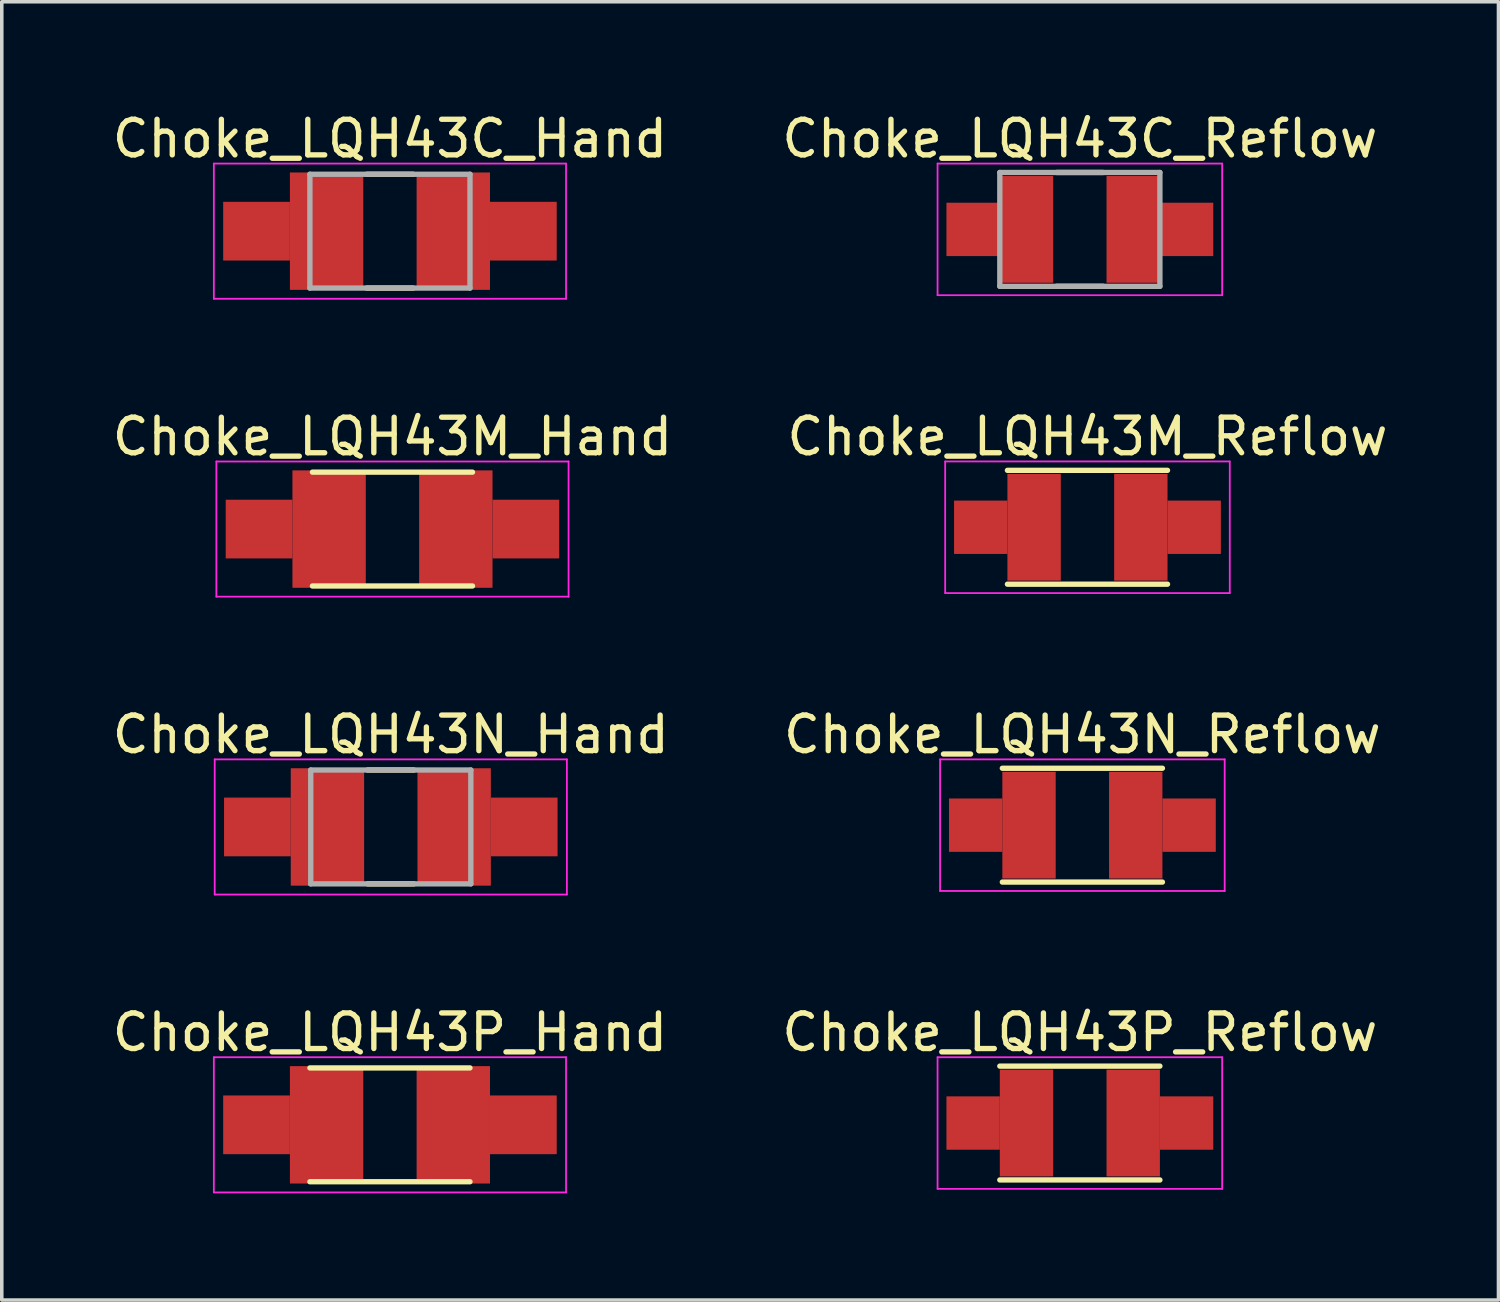
<source format=kicad_pcb>
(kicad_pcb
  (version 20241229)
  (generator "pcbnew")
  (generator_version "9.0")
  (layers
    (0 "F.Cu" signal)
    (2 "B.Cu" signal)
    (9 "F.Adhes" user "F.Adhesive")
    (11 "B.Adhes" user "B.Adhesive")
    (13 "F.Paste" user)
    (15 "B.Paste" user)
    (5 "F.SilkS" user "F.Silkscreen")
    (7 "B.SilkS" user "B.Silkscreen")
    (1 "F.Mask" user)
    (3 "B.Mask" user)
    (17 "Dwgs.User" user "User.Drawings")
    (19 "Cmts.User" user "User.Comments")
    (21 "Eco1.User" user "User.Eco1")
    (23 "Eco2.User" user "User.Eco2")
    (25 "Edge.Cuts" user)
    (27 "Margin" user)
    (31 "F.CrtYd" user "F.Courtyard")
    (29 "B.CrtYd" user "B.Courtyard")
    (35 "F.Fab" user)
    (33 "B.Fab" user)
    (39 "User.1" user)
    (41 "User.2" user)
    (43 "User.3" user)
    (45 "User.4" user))
  (footprint "Choke_LQH43C_Hand"
    (layer "F.Cu")
    (at 7.911 3.448)
    (property "Reference" "Choke_LQH43C_Hand" (at 0 -2.6 0) (layer "F.SilkS") (effects (font (size 1 1) (thickness 0.15))))
    (attr smd)
    (fp_line (start -0.65 -1.6) (end 0.65 -1.6) (stroke (width 0.15) (type solid)) (layer "F.SilkS"))
    (fp_line (start -0.65 1.6) (end 0.65 1.6) (stroke (width 0.15) (type solid)) (layer "F.SilkS"))
    (fp_line (start -4.95 -1.9) (end -4.95 1.9) (stroke (width 0.05) (type solid)) (layer "F.CrtYd"))
    (fp_line (start -4.95 -1.9) (end 4.95 -1.9) (stroke (width 0.05) (type solid)) (layer "F.CrtYd"))
    (fp_line (start -4.95 1.9) (end 4.95 1.9) (stroke (width 0.05) (type solid)) (layer "F.CrtYd"))
    (fp_line (start 4.95 -1.9) (end 4.95 1.9) (stroke (width 0.05) (type solid)) (layer "F.CrtYd"))
    (fp_line (start -2.25 -1.6) (end -2.25 1.6) (stroke (width 0.15) (type solid)) (layer "F.Fab"))
    (fp_line (start -2.25 -1.6) (end 2.25 -1.6) (stroke (width 0.15) (type solid)) (layer "F.Fab"))
    (fp_line (start -2.25 1.6) (end 2.25 1.6) (stroke (width 0.15) (type solid)) (layer "F.Fab"))
    (fp_line (start 2.25 -1.6) (end 2.25 1.6) (stroke (width 0.15) (type solid)) (layer "F.Fab"))
    (pad "1" smd rect (at -3.75 0) (size 1.875 1.65) (layers "F.Cu" "F.Mask" "F.Paste"))
    (pad "1" smd rect (at -1.781 0) (size 2.062 3.3) (layers "F.Cu" "F.Mask" "F.Paste"))
    (pad "2" smd rect (at 1.781 0) (size 2.062 3.3) (layers "F.Cu" "F.Mask" "F.Paste"))
    (pad "2" smd rect (at 3.75 0) (size 1.875 1.65) (layers "F.Cu" "F.Mask" "F.Paste")))
  (footprint "Choke_LQH43P_Hand"
    (layer "F.Cu")
    (at 7.911 28.568)
    (property "Reference" "Choke_LQH43P_Hand" (at 0 -2.6 0) (layer "F.SilkS") (effects (font (size 1 1) (thickness 0.15))))
    (attr smd)
    (fp_line (start -2.25 -1.6) (end 2.25 -1.6) (stroke (width 0.15) (type solid)) (layer "F.SilkS"))
    (fp_line (start -2.25 1.6) (end 2.25 1.6) (stroke (width 0.15) (type solid)) (layer "F.SilkS"))
    (fp_line (start -4.95 -1.9) (end -4.95 1.9) (stroke (width 0.05) (type solid)) (layer "F.CrtYd"))
    (fp_line (start -4.95 -1.9) (end 4.95 -1.9) (stroke (width 0.05) (type solid)) (layer "F.CrtYd"))
    (fp_line (start -4.95 1.9) (end 4.95 1.9) (stroke (width 0.05) (type solid)) (layer "F.CrtYd"))
    (fp_line (start 4.95 -1.9) (end 4.95 1.9) (stroke (width 0.05) (type solid)) (layer "F.CrtYd"))
    (pad "1" smd rect (at -3.75 0) (size 1.875 1.65) (layers "F.Cu" "F.Mask" "F.Paste"))
    (pad "1" smd rect (at -1.781 0) (size 2.062 3.3) (layers "F.Cu" "F.Mask" "F.Paste"))
    (pad "2" smd rect (at 1.781 0) (size 2.062 3.3) (layers "F.Cu" "F.Mask" "F.Paste"))
    (pad "2" smd rect (at 3.75 0) (size 1.875 1.65) (layers "F.Cu" "F.Mask" "F.Paste")))
  (footprint "Choke_LQH43N_Reflow"
    (layer "F.Cu")
    (at 27.375 20.145)
    (property "Reference" "Choke_LQH43N_Reflow" (at 0 -2.55 0) (layer "F.SilkS") (effects (font (size 1 1) (thickness 0.15))))
    (attr smd)
    (fp_line (start -2.25 -1.6) (end 2.25 -1.6) (stroke (width 0.15) (type solid)) (layer "F.SilkS"))
    (fp_line (start -2.25 1.6) (end 2.25 1.6) (stroke (width 0.15) (type solid)) (layer "F.SilkS"))
    (fp_line (start -4 -1.85) (end -4 1.85) (stroke (width 0.05) (type solid)) (layer "F.CrtYd"))
    (fp_line (start -4 -1.85) (end 4 -1.85) (stroke (width 0.05) (type solid)) (layer "F.CrtYd"))
    (fp_line (start -4 1.85) (end 4 1.85) (stroke (width 0.05) (type solid)) (layer "F.CrtYd"))
    (fp_line (start 4 -1.85) (end 4 1.85) (stroke (width 0.05) (type solid)) (layer "F.CrtYd"))
    (pad "1" smd rect (at -3 0) (size 1.5 1.5) (layers "F.Cu" "F.Mask" "F.Paste"))
    (pad "1" smd rect (at -1.5 0) (size 1.5 3) (layers "F.Cu" "F.Mask" "F.Paste"))
    (pad "2" smd rect (at 1.5 0) (size 1.5 3) (layers "F.Cu" "F.Mask" "F.Paste"))
    (pad "2" smd rect (at 3 0) (size 1.5 1.5) (layers "F.Cu" "F.Mask" "F.Paste")))
  (footprint "Choke_LQH43P_Reflow"
    (layer "F.Cu")
    (at 27.304 28.518)
    (property "Reference" "Choke_LQH43P_Reflow" (at 0 -2.55 0) (layer "F.SilkS") (effects (font (size 1 1) (thickness 0.15))))
    (attr smd)
    (fp_line (start -2.25 -1.6) (end 2.25 -1.6) (stroke (width 0.15) (type solid)) (layer "F.SilkS"))
    (fp_line (start -2.25 1.6) (end 2.25 1.6) (stroke (width 0.15) (type solid)) (layer "F.SilkS"))
    (fp_line (start -4 -1.85) (end -4 1.85) (stroke (width 0.05) (type solid)) (layer "F.CrtYd"))
    (fp_line (start -4 -1.85) (end 4 -1.85) (stroke (width 0.05) (type solid)) (layer "F.CrtYd"))
    (fp_line (start -4 1.85) (end 4 1.85) (stroke (width 0.05) (type solid)) (layer "F.CrtYd"))
    (fp_line (start 4 -1.85) (end 4 1.85) (stroke (width 0.05) (type solid)) (layer "F.CrtYd"))
    (pad "1" smd rect (at -3 0) (size 1.5 1.5) (layers "F.Cu" "F.Mask" "F.Paste"))
    (pad "1" smd rect (at -1.5 0) (size 1.5 3) (layers "F.Cu" "F.Mask" "F.Paste"))
    (pad "2" smd rect (at 1.5 0) (size 1.5 3) (layers "F.Cu" "F.Mask" "F.Paste"))
    (pad "2" smd rect (at 3 0) (size 1.5 1.5) (layers "F.Cu" "F.Mask" "F.Paste")))
  (footprint "Choke_LQH43N_Hand"
    (layer "F.Cu")
    (at 7.935 20.195)
    (property "Reference" "Choke_LQH43N_Hand" (at 0 -2.6 0) (layer "F.SilkS") (effects (font (size 1 1) (thickness 0.15))))
    (attr smd)
    (fp_line (start -0.65 -1.6) (end 0.65 -1.6) (stroke (width 0.15) (type solid)) (layer "F.SilkS"))
    (fp_line (start -0.65 1.6) (end 0.65 1.6) (stroke (width 0.15) (type solid)) (layer "F.SilkS"))
    (fp_line (start -4.95 -1.9) (end -4.95 1.9) (stroke (width 0.05) (type solid)) (layer "F.CrtYd"))
    (fp_line (start -4.95 -1.9) (end 4.95 -1.9) (stroke (width 0.05) (type solid)) (layer "F.CrtYd"))
    (fp_line (start -4.95 1.9) (end 4.95 1.9) (stroke (width 0.05) (type solid)) (layer "F.CrtYd"))
    (fp_line (start 4.95 -1.9) (end 4.95 1.9) (stroke (width 0.05) (type solid)) (layer "F.CrtYd"))
    (fp_line (start -2.25 -1.6) (end -2.25 1.6) (stroke (width 0.15) (type solid)) (layer "F.Fab"))
    (fp_line (start -2.25 -1.6) (end 2.25 -1.6) (stroke (width 0.15) (type solid)) (layer "F.Fab"))
    (fp_line (start -2.25 1.6) (end 2.25 1.6) (stroke (width 0.15) (type solid)) (layer "F.Fab"))
    (fp_line (start 2.25 -1.6) (end 2.25 1.6) (stroke (width 0.15) (type solid)) (layer "F.Fab"))
    (pad "1" smd rect (at -3.75 0) (size 1.875 1.65) (layers "F.Cu" "F.Mask" "F.Paste"))
    (pad "1" smd rect (at -1.781 0) (size 2.062 3.3) (layers "F.Cu" "F.Mask" "F.Paste"))
    (pad "2" smd rect (at 1.781 0) (size 2.062 3.3) (layers "F.Cu" "F.Mask" "F.Paste"))
    (pad "2" smd rect (at 3.75 0) (size 1.875 1.65) (layers "F.Cu" "F.Mask" "F.Paste")))
  (footprint "Choke_LQH43C_Reflow"
    (layer "F.Cu")
    (at 27.304 3.398)
    (property "Reference" "Choke_LQH43C_Reflow" (at 0 -2.55 0) (layer "F.SilkS") (effects (font (size 1 1) (thickness 0.15))))
    (attr smd)
    (fp_line (start -0.65 -1.6) (end 0.65 -1.6) (stroke (width 0.15) (type solid)) (layer "F.SilkS"))
    (fp_line (start -0.65 1.6) (end 0.65 1.6) (stroke (width 0.15) (type solid)) (layer "F.SilkS"))
    (fp_line (start -4 -1.85) (end -4 1.85) (stroke (width 0.05) (type solid)) (layer "F.CrtYd"))
    (fp_line (start -4 -1.85) (end 4 -1.85) (stroke (width 0.05) (type solid)) (layer "F.CrtYd"))
    (fp_line (start -4 1.85) (end 4 1.85) (stroke (width 0.05) (type solid)) (layer "F.CrtYd"))
    (fp_line (start 4 -1.85) (end 4 1.85) (stroke (width 0.05) (type solid)) (layer "F.CrtYd"))
    (fp_line (start -2.25 -1.6) (end -2.25 1.6) (stroke (width 0.15) (type solid)) (layer "F.Fab"))
    (fp_line (start -2.25 -1.6) (end 2.25 -1.6) (stroke (width 0.15) (type solid)) (layer "F.Fab"))
    (fp_line (start -2.25 1.6) (end 2.25 1.6) (stroke (width 0.15) (type solid)) (layer "F.Fab"))
    (fp_line (start 2.25 -1.6) (end 2.25 1.6) (stroke (width 0.15) (type solid)) (layer "F.Fab"))
    (pad "1" smd rect (at -3 0) (size 1.5 1.5) (layers "F.Cu" "F.Mask" "F.Paste"))
    (pad "1" smd rect (at -1.5 0) (size 1.5 3) (layers "F.Cu" "F.Mask" "F.Paste"))
    (pad "2" smd rect (at 1.5 0) (size 1.5 3) (layers "F.Cu" "F.Mask" "F.Paste"))
    (pad "2" smd rect (at 3 0) (size 1.5 1.5) (layers "F.Cu" "F.Mask" "F.Paste")))
  (footprint "Choke_LQH43M_Reflow"
    (layer "F.Cu")
    (at 27.518 11.771)
    (property "Reference" "Choke_LQH43M_Reflow" (at 0 -2.55 0) (layer "F.SilkS") (effects (font (size 1 1) (thickness 0.15))))
    (attr smd)
    (fp_line (start -2.25 -1.6) (end 2.25 -1.6) (stroke (width 0.15) (type solid)) (layer "F.SilkS"))
    (fp_line (start -2.25 1.6) (end 2.25 1.6) (stroke (width 0.15) (type solid)) (layer "F.SilkS"))
    (fp_line (start -4 -1.85) (end -4 1.85) (stroke (width 0.05) (type solid)) (layer "F.CrtYd"))
    (fp_line (start -4 -1.85) (end 4 -1.85) (stroke (width 0.05) (type solid)) (layer "F.CrtYd"))
    (fp_line (start -4 1.85) (end 4 1.85) (stroke (width 0.05) (type solid)) (layer "F.CrtYd"))
    (fp_line (start 4 -1.85) (end 4 1.85) (stroke (width 0.05) (type solid)) (layer "F.CrtYd"))
    (pad "1" smd rect (at -3 0) (size 1.5 1.5) (layers "F.Cu" "F.Mask" "F.Paste"))
    (pad "1" smd rect (at -1.5 0) (size 1.5 3) (layers "F.Cu" "F.Mask" "F.Paste"))
    (pad "2" smd rect (at 1.5 0) (size 1.5 3) (layers "F.Cu" "F.Mask" "F.Paste"))
    (pad "2" smd rect (at 3 0) (size 1.5 1.5) (layers "F.Cu" "F.Mask" "F.Paste")))
  (footprint "Choke_LQH43M_Hand"
    (layer "F.Cu")
    (at 7.982 11.822)
    (property "Reference" "Choke_LQH43M_Hand" (at 0 -2.6 0) (layer "F.SilkS") (effects (font (size 1 1) (thickness 0.15))))
    (attr smd)
    (fp_line (start -2.25 -1.6) (end 2.25 -1.6) (stroke (width 0.15) (type solid)) (layer "F.SilkS"))
    (fp_line (start -2.25 1.6) (end 2.25 1.6) (stroke (width 0.15) (type solid)) (layer "F.SilkS"))
    (fp_line (start -4.95 -1.9) (end -4.95 1.9) (stroke (width 0.05) (type solid)) (layer "F.CrtYd"))
    (fp_line (start -4.95 -1.9) (end 4.95 -1.9) (stroke (width 0.05) (type solid)) (layer "F.CrtYd"))
    (fp_line (start -4.95 1.9) (end 4.95 1.9) (stroke (width 0.05) (type solid)) (layer "F.CrtYd"))
    (fp_line (start 4.95 -1.9) (end 4.95 1.9) (stroke (width 0.05) (type solid)) (layer "F.CrtYd"))
    (pad "1" smd rect (at -3.75 0) (size 1.875 1.65) (layers "F.Cu" "F.Mask" "F.Paste"))
    (pad "1" smd rect (at -1.781 0) (size 2.062 3.3) (layers "F.Cu" "F.Mask" "F.Paste"))
    (pad "2" smd rect (at 1.781 0) (size 2.062 3.3) (layers "F.Cu" "F.Mask" "F.Paste"))
    (pad "2" smd rect (at 3.75 0) (size 1.875 1.65) (layers "F.Cu" "F.Mask" "F.Paste")))
  (gr_rect
    (start -3 -3)
    (end 39.071 33.493)
    (stroke (width 0.1) (type default))
    (fill no)
    (layer "Edge.Cuts")))
</source>
